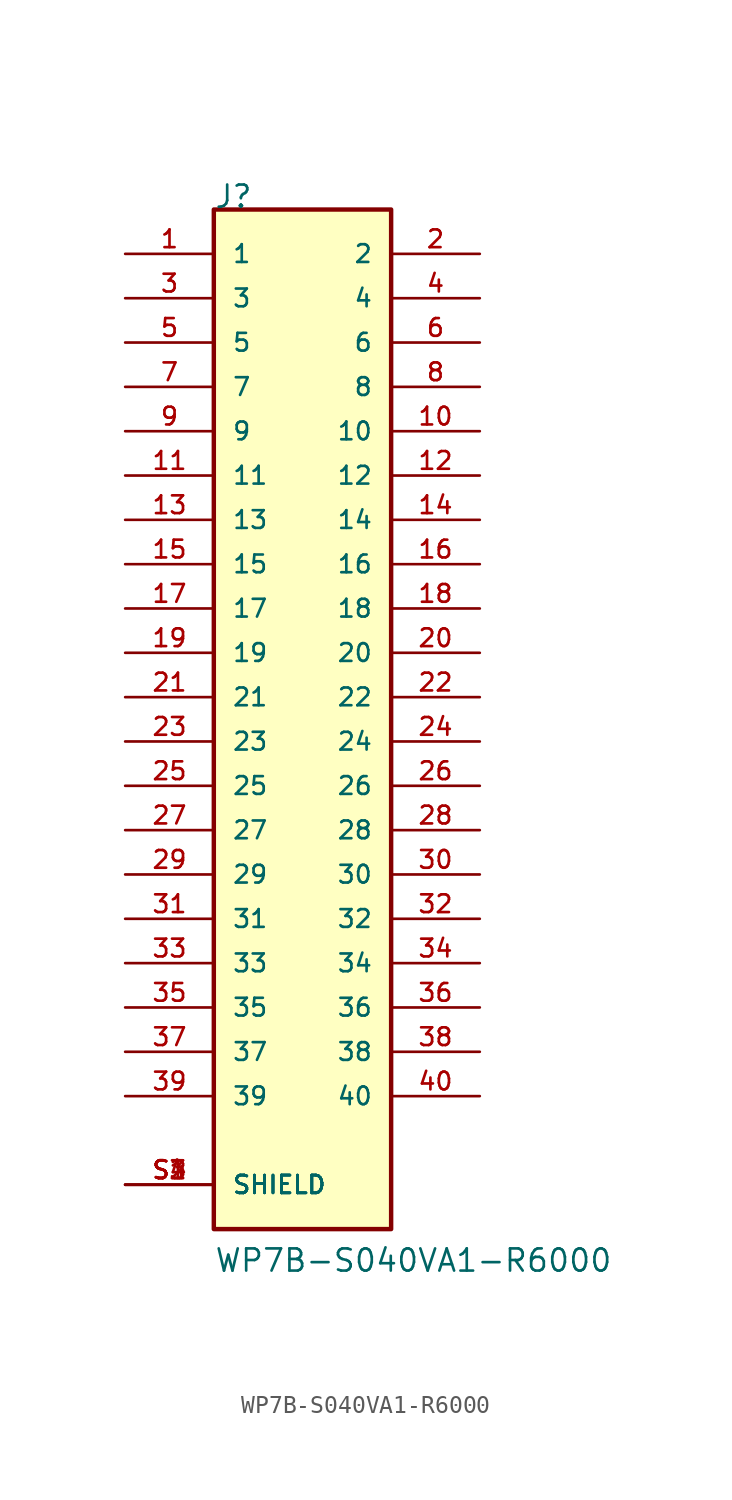
<source format=kicad_sym>
(kicad_symbol_lib
  (version 20211014)
  (generator kicad_symbol_editor)
  (symbol "WP7B-S040VA1-R6000"
    (pin_names
      (offset 1.016))
    (property "Reference" "J"
      (at -5.08 27.94 0)
      (effects (font (size 1.27 1.27)) (justify bottom left)))
    (property "Value" "WP7B-S040VA1-R6000"
      (at -5.08 -33.02 0)
      (effects (font (size 1.27 1.27)) (justify bottom left)))
    (symbol "WP7B-S040VA1-R6000_0_0"
      (rectangle (start -5.08 -30.48) (end 5.08 27.94) (stroke (width 0.254)) (fill (type background)))
      (pin passive line (at -10.16 25.4 0) (length 5.08) (name "1" (effects (font (size 1.016 1.016)))) (number "1" (effects (font (size 1.016 1.016)))))
      (pin passive line (at 10.16 25.4 180.0) (length 5.08) (name "2" (effects (font (size 1.016 1.016)))) (number "2" (effects (font (size 1.016 1.016)))))
      (pin passive line (at -10.16 22.86 0) (length 5.08) (name "3" (effects (font (size 1.016 1.016)))) (number "3" (effects (font (size 1.016 1.016)))))
      (pin passive line (at 10.16 22.86 180.0) (length 5.08) (name "4" (effects (font (size 1.016 1.016)))) (number "4" (effects (font (size 1.016 1.016)))))
      (pin passive line (at -10.16 20.32 0) (length 5.08) (name "5" (effects (font (size 1.016 1.016)))) (number "5" (effects (font (size 1.016 1.016)))))
      (pin passive line (at 10.16 20.32 180.0) (length 5.08) (name "6" (effects (font (size 1.016 1.016)))) (number "6" (effects (font (size 1.016 1.016)))))
      (pin passive line (at -10.16 17.78 0) (length 5.08) (name "7" (effects (font (size 1.016 1.016)))) (number "7" (effects (font (size 1.016 1.016)))))
      (pin passive line (at 10.16 17.78 180.0) (length 5.08) (name "8" (effects (font (size 1.016 1.016)))) (number "8" (effects (font (size 1.016 1.016)))))
      (pin passive line (at -10.16 15.24 0) (length 5.08) (name "9" (effects (font (size 1.016 1.016)))) (number "9" (effects (font (size 1.016 1.016)))))
      (pin passive line (at 10.16 15.24 180.0) (length 5.08) (name "10" (effects (font (size 1.016 1.016)))) (number "10" (effects (font (size 1.016 1.016)))))
      (pin passive line (at -10.16 12.7 0) (length 5.08) (name "11" (effects (font (size 1.016 1.016)))) (number "11" (effects (font (size 1.016 1.016)))))
      (pin passive line (at 10.16 12.7 180.0) (length 5.08) (name "12" (effects (font (size 1.016 1.016)))) (number "12" (effects (font (size 1.016 1.016)))))
      (pin passive line (at -10.16 10.16 0) (length 5.08) (name "13" (effects (font (size 1.016 1.016)))) (number "13" (effects (font (size 1.016 1.016)))))
      (pin passive line (at 10.16 10.16 180.0) (length 5.08) (name "14" (effects (font (size 1.016 1.016)))) (number "14" (effects (font (size 1.016 1.016)))))
      (pin passive line (at -10.16 7.62 0) (length 5.08) (name "15" (effects (font (size 1.016 1.016)))) (number "15" (effects (font (size 1.016 1.016)))))
      (pin passive line (at 10.16 7.62 180.0) (length 5.08) (name "16" (effects (font (size 1.016 1.016)))) (number "16" (effects (font (size 1.016 1.016)))))
      (pin passive line (at -10.16 5.08 0) (length 5.08) (name "17" (effects (font (size 1.016 1.016)))) (number "17" (effects (font (size 1.016 1.016)))))
      (pin passive line (at 10.16 5.08 180.0) (length 5.08) (name "18" (effects (font (size 1.016 1.016)))) (number "18" (effects (font (size 1.016 1.016)))))
      (pin passive line (at -10.16 2.54 0) (length 5.08) (name "19" (effects (font (size 1.016 1.016)))) (number "19" (effects (font (size 1.016 1.016)))))
      (pin passive line (at 10.16 2.54 180.0) (length 5.08) (name "20" (effects (font (size 1.016 1.016)))) (number "20" (effects (font (size 1.016 1.016)))))
      (pin passive line (at -10.16 0.0 0) (length 5.08) (name "21" (effects (font (size 1.016 1.016)))) (number "21" (effects (font (size 1.016 1.016)))))
      (pin passive line (at 10.16 0.0 180.0) (length 5.08) (name "22" (effects (font (size 1.016 1.016)))) (number "22" (effects (font (size 1.016 1.016)))))
      (pin passive line (at -10.16 -2.54 0) (length 5.08) (name "23" (effects (font (size 1.016 1.016)))) (number "23" (effects (font (size 1.016 1.016)))))
      (pin passive line (at 10.16 -2.54 180.0) (length 5.08) (name "24" (effects (font (size 1.016 1.016)))) (number "24" (effects (font (size 1.016 1.016)))))
      (pin passive line (at -10.16 -5.08 0) (length 5.08) (name "25" (effects (font (size 1.016 1.016)))) (number "25" (effects (font (size 1.016 1.016)))))
      (pin passive line (at 10.16 -5.08 180.0) (length 5.08) (name "26" (effects (font (size 1.016 1.016)))) (number "26" (effects (font (size 1.016 1.016)))))
      (pin passive line (at -10.16 -7.62 0) (length 5.08) (name "27" (effects (font (size 1.016 1.016)))) (number "27" (effects (font (size 1.016 1.016)))))
      (pin passive line (at 10.16 -7.62 180.0) (length 5.08) (name "28" (effects (font (size 1.016 1.016)))) (number "28" (effects (font (size 1.016 1.016)))))
      (pin passive line (at -10.16 -10.16 0) (length 5.08) (name "29" (effects (font (size 1.016 1.016)))) (number "29" (effects (font (size 1.016 1.016)))))
      (pin passive line (at 10.16 -10.16 180.0) (length 5.08) (name "30" (effects (font (size 1.016 1.016)))) (number "30" (effects (font (size 1.016 1.016)))))
      (pin passive line (at -10.16 -12.7 0) (length 5.08) (name "31" (effects (font (size 1.016 1.016)))) (number "31" (effects (font (size 1.016 1.016)))))
      (pin passive line (at 10.16 -12.7 180.0) (length 5.08) (name "32" (effects (font (size 1.016 1.016)))) (number "32" (effects (font (size 1.016 1.016)))))
      (pin passive line (at -10.16 -15.24 0) (length 5.08) (name "33" (effects (font (size 1.016 1.016)))) (number "33" (effects (font (size 1.016 1.016)))))
      (pin passive line (at 10.16 -15.24 180.0) (length 5.08) (name "34" (effects (font (size 1.016 1.016)))) (number "34" (effects (font (size 1.016 1.016)))))
      (pin passive line (at -10.16 -17.78 0) (length 5.08) (name "35" (effects (font (size 1.016 1.016)))) (number "35" (effects (font (size 1.016 1.016)))))
      (pin passive line (at 10.16 -17.78 180.0) (length 5.08) (name "36" (effects (font (size 1.016 1.016)))) (number "36" (effects (font (size 1.016 1.016)))))
      (pin passive line (at -10.16 -20.32 0) (length 5.08) (name "37" (effects (font (size 1.016 1.016)))) (number "37" (effects (font (size 1.016 1.016)))))
      (pin passive line (at 10.16 -20.32 180.0) (length 5.08) (name "38" (effects (font (size 1.016 1.016)))) (number "38" (effects (font (size 1.016 1.016)))))
      (pin passive line (at -10.16 -22.86 0) (length 5.08) (name "39" (effects (font (size 1.016 1.016)))) (number "39" (effects (font (size 1.016 1.016)))))
      (pin passive line (at 10.16 -22.86 180.0) (length 5.08) (name "40" (effects (font (size 1.016 1.016)))) (number "40" (effects (font (size 1.016 1.016)))))
      (pin passive line (at -10.16 -27.94 0) (length 5.08) (name "SHIELD" (effects (font (size 1.016 1.016)))) (number "S1" (effects (font (size 1.016 1.016)))))
      (pin passive line (at -10.16 -27.94 0) (length 5.08) (name "SHIELD" (effects (font (size 1.016 1.016)))) (number "S2" (effects (font (size 1.016 1.016)))))
      (pin passive line (at -10.16 -27.94 0) (length 5.08) (name "SHIELD" (effects (font (size 1.016 1.016)))) (number "S3" (effects (font (size 1.016 1.016)))))
      (pin passive line (at -10.16 -27.94 0) (length 5.08) (name "SHIELD" (effects (font (size 1.016 1.016)))) (number "S4" (effects (font (size 1.016 1.016))))))))
</source>
